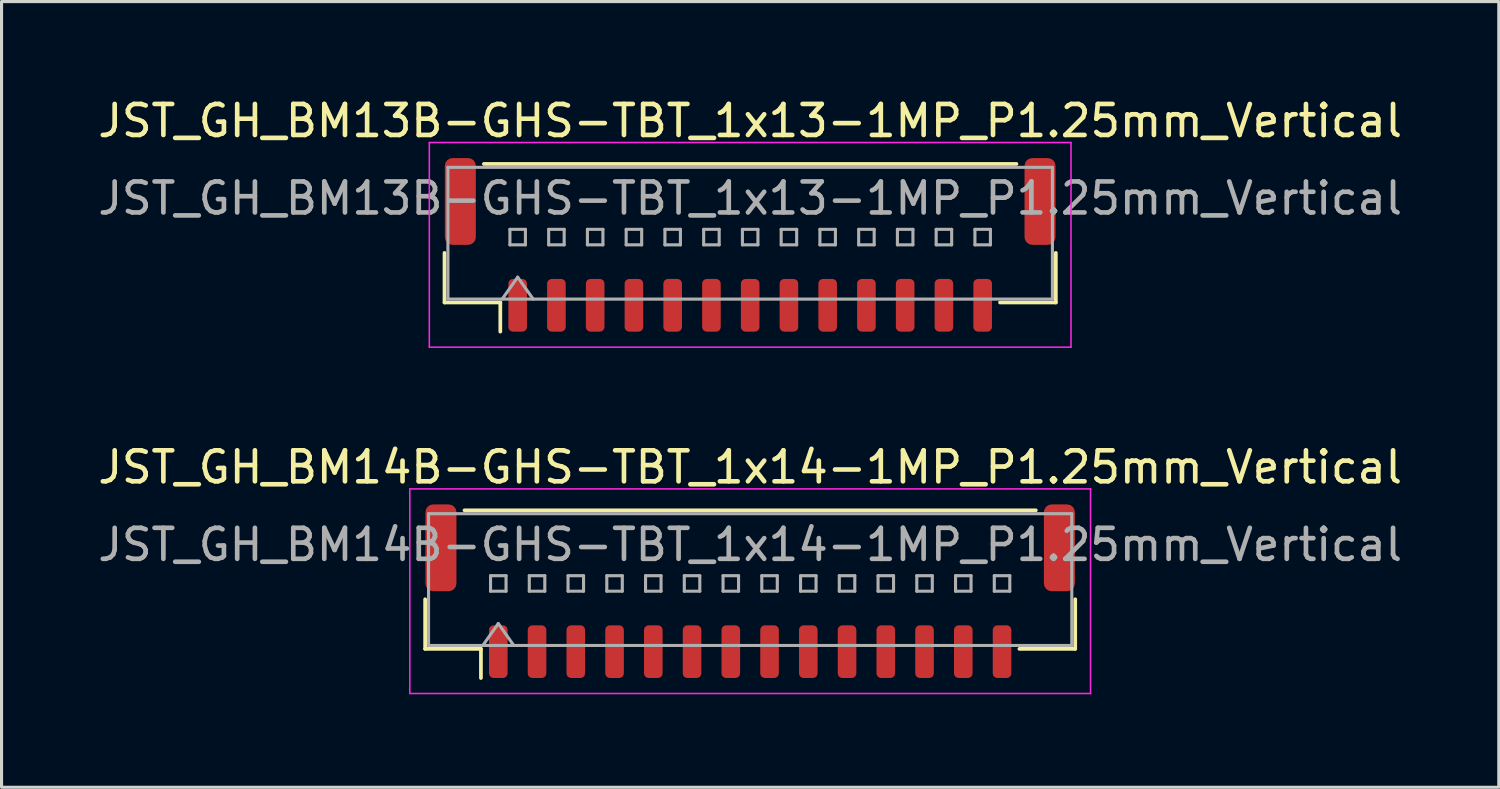
<source format=kicad_pcb>
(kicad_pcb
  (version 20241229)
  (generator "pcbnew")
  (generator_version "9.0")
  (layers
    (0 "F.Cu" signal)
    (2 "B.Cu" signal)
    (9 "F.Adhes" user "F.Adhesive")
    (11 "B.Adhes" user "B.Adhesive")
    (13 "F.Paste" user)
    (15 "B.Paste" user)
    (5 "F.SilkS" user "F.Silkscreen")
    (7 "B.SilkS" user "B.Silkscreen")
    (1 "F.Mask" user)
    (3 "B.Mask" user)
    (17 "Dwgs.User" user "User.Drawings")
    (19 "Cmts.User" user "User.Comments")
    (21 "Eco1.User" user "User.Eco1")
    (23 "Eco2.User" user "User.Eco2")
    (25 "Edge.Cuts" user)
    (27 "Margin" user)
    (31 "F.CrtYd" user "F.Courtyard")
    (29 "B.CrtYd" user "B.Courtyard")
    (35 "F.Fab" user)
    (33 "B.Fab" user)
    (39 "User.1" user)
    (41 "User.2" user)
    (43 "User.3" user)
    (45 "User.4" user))
  (footprint "JST_GH_BM13B-GHS-TBT_1x13-1MP_P1.25mm_Vertical"
    (layer "F.Cu")
    (at 21.149 4.848)
    (property "Reference" "JST_GH_BM13B-GHS-TBT_1x13-1MP_P1.25mm_Vertical" (at 0 -4 0) (layer "F.SilkS") (effects (font (size 1 1) (thickness 0.15))))
    (attr smd)
    (fp_line (start -9.86 0.26) (end -9.86 1.86) (stroke (width 0.12) (type solid)) (layer "F.SilkS"))
    (fp_line (start -9.86 1.86) (end -8.06 1.86) (stroke (width 0.12) (type solid)) (layer "F.SilkS"))
    (fp_line (start -8.59 -2.61) (end 8.59 -2.61) (stroke (width 0.12) (type solid)) (layer "F.SilkS"))
    (fp_line (start -8.06 1.86) (end -8.06 2.8) (stroke (width 0.12) (type solid)) (layer "F.SilkS"))
    (fp_line (start 9.86 0.26) (end 9.86 1.86) (stroke (width 0.12) (type solid)) (layer "F.SilkS"))
    (fp_line (start 9.86 1.86) (end 8.06 1.86) (stroke (width 0.12) (type solid)) (layer "F.SilkS"))
    (fp_line (start -10.35 -3.3) (end -10.35 3.3) (stroke (width 0.05) (type solid)) (layer "F.CrtYd"))
    (fp_line (start -10.35 3.3) (end 10.35 3.3) (stroke (width 0.05) (type solid)) (layer "F.CrtYd"))
    (fp_line (start 10.35 -3.3) (end -10.35 -3.3) (stroke (width 0.05) (type solid)) (layer "F.CrtYd"))
    (fp_line (start 10.35 3.3) (end 10.35 -3.3) (stroke (width 0.05) (type solid)) (layer "F.CrtYd"))
    (fp_line (start -9.75 -2.5) (end 9.75 -2.5) (stroke (width 0.1) (type solid)) (layer "F.Fab"))
    (fp_line (start -9.75 1.75) (end -9.75 -2.5) (stroke (width 0.1) (type solid)) (layer "F.Fab"))
    (fp_line (start -9.75 1.75) (end 9.75 1.75) (stroke (width 0.1) (type solid)) (layer "F.Fab"))
    (fp_line (start -8 1.75) (end -7.5 1.043) (stroke (width 0.1) (type solid)) (layer "F.Fab"))
    (fp_line (start -7.75 -0.5) (end -7.75 0) (stroke (width 0.1) (type solid)) (layer "F.Fab"))
    (fp_line (start -7.75 0) (end -7.25 0) (stroke (width 0.1) (type solid)) (layer "F.Fab"))
    (fp_line (start -7.5 1.043) (end -7 1.75) (stroke (width 0.1) (type solid)) (layer "F.Fab"))
    (fp_line (start -7.25 -0.5) (end -7.75 -0.5) (stroke (width 0.1) (type solid)) (layer "F.Fab"))
    (fp_line (start -7.25 0) (end -7.25 -0.5) (stroke (width 0.1) (type solid)) (layer "F.Fab"))
    (fp_line (start -6.5 -0.5) (end -6.5 0) (stroke (width 0.1) (type solid)) (layer "F.Fab"))
    (fp_line (start -6.5 0) (end -6 0) (stroke (width 0.1) (type solid)) (layer "F.Fab"))
    (fp_line (start -6 -0.5) (end -6.5 -0.5) (stroke (width 0.1) (type solid)) (layer "F.Fab"))
    (fp_line (start -6 0) (end -6 -0.5) (stroke (width 0.1) (type solid)) (layer "F.Fab"))
    (fp_line (start -5.25 -0.5) (end -5.25 0) (stroke (width 0.1) (type solid)) (layer "F.Fab"))
    (fp_line (start -5.25 0) (end -4.75 0) (stroke (width 0.1) (type solid)) (layer "F.Fab"))
    (fp_line (start -4.75 -0.5) (end -5.25 -0.5) (stroke (width 0.1) (type solid)) (layer "F.Fab"))
    (fp_line (start -4.75 0) (end -4.75 -0.5) (stroke (width 0.1) (type solid)) (layer "F.Fab"))
    (fp_line (start -4 -0.5) (end -4 0) (stroke (width 0.1) (type solid)) (layer "F.Fab"))
    (fp_line (start -4 0) (end -3.5 0) (stroke (width 0.1) (type solid)) (layer "F.Fab"))
    (fp_line (start -3.5 -0.5) (end -4 -0.5) (stroke (width 0.1) (type solid)) (layer "F.Fab"))
    (fp_line (start -3.5 0) (end -3.5 -0.5) (stroke (width 0.1) (type solid)) (layer "F.Fab"))
    (fp_line (start -2.75 -0.5) (end -2.75 0) (stroke (width 0.1) (type solid)) (layer "F.Fab"))
    (fp_line (start -2.75 0) (end -2.25 0) (stroke (width 0.1) (type solid)) (layer "F.Fab"))
    (fp_line (start -2.25 -0.5) (end -2.75 -0.5) (stroke (width 0.1) (type solid)) (layer "F.Fab"))
    (fp_line (start -2.25 0) (end -2.25 -0.5) (stroke (width 0.1) (type solid)) (layer "F.Fab"))
    (fp_line (start -1.5 -0.5) (end -1.5 0) (stroke (width 0.1) (type solid)) (layer "F.Fab"))
    (fp_line (start -1.5 0) (end -1 0) (stroke (width 0.1) (type solid)) (layer "F.Fab"))
    (fp_line (start -1 -0.5) (end -1.5 -0.5) (stroke (width 0.1) (type solid)) (layer "F.Fab"))
    (fp_line (start -1 0) (end -1 -0.5) (stroke (width 0.1) (type solid)) (layer "F.Fab"))
    (fp_line (start -0.25 -0.5) (end -0.25 0) (stroke (width 0.1) (type solid)) (layer "F.Fab"))
    (fp_line (start -0.25 0) (end 0.25 0) (stroke (width 0.1) (type solid)) (layer "F.Fab"))
    (fp_line (start 0.25 -0.5) (end -0.25 -0.5) (stroke (width 0.1) (type solid)) (layer "F.Fab"))
    (fp_line (start 0.25 0) (end 0.25 -0.5) (stroke (width 0.1) (type solid)) (layer "F.Fab"))
    (fp_line (start 1 -0.5) (end 1 0) (stroke (width 0.1) (type solid)) (layer "F.Fab"))
    (fp_line (start 1 0) (end 1.5 0) (stroke (width 0.1) (type solid)) (layer "F.Fab"))
    (fp_line (start 1.5 -0.5) (end 1 -0.5) (stroke (width 0.1) (type solid)) (layer "F.Fab"))
    (fp_line (start 1.5 0) (end 1.5 -0.5) (stroke (width 0.1) (type solid)) (layer "F.Fab"))
    (fp_line (start 2.25 -0.5) (end 2.25 0) (stroke (width 0.1) (type solid)) (layer "F.Fab"))
    (fp_line (start 2.25 0) (end 2.75 0) (stroke (width 0.1) (type solid)) (layer "F.Fab"))
    (fp_line (start 2.75 -0.5) (end 2.25 -0.5) (stroke (width 0.1) (type solid)) (layer "F.Fab"))
    (fp_line (start 2.75 0) (end 2.75 -0.5) (stroke (width 0.1) (type solid)) (layer "F.Fab"))
    (fp_line (start 3.5 -0.5) (end 3.5 0) (stroke (width 0.1) (type solid)) (layer "F.Fab"))
    (fp_line (start 3.5 0) (end 4 0) (stroke (width 0.1) (type solid)) (layer "F.Fab"))
    (fp_line (start 4 -0.5) (end 3.5 -0.5) (stroke (width 0.1) (type solid)) (layer "F.Fab"))
    (fp_line (start 4 0) (end 4 -0.5) (stroke (width 0.1) (type solid)) (layer "F.Fab"))
    (fp_line (start 4.75 -0.5) (end 4.75 0) (stroke (width 0.1) (type solid)) (layer "F.Fab"))
    (fp_line (start 4.75 0) (end 5.25 0) (stroke (width 0.1) (type solid)) (layer "F.Fab"))
    (fp_line (start 5.25 -0.5) (end 4.75 -0.5) (stroke (width 0.1) (type solid)) (layer "F.Fab"))
    (fp_line (start 5.25 0) (end 5.25 -0.5) (stroke (width 0.1) (type solid)) (layer "F.Fab"))
    (fp_line (start 6 -0.5) (end 6 0) (stroke (width 0.1) (type solid)) (layer "F.Fab"))
    (fp_line (start 6 0) (end 6.5 0) (stroke (width 0.1) (type solid)) (layer "F.Fab"))
    (fp_line (start 6.5 -0.5) (end 6 -0.5) (stroke (width 0.1) (type solid)) (layer "F.Fab"))
    (fp_line (start 6.5 0) (end 6.5 -0.5) (stroke (width 0.1) (type solid)) (layer "F.Fab"))
    (fp_line (start 7.25 -0.5) (end 7.25 0) (stroke (width 0.1) (type solid)) (layer "F.Fab"))
    (fp_line (start 7.25 0) (end 7.75 0) (stroke (width 0.1) (type solid)) (layer "F.Fab"))
    (fp_line (start 7.75 -0.5) (end 7.25 -0.5) (stroke (width 0.1) (type solid)) (layer "F.Fab"))
    (fp_line (start 7.75 0) (end 7.75 -0.5) (stroke (width 0.1) (type solid)) (layer "F.Fab"))
    (fp_line (start 9.75 1.75) (end 9.75 -2.5) (stroke (width 0.1) (type solid)) (layer "F.Fab"))
    (fp_text user "${REFERENCE}" (at 0 -1.5 0) (layer "F.Fab") (effects (font (size 1 1) (thickness 0.15))))
    (pad "1" smd roundrect (at -7.5 1.95) (size 0.6 1.7) (layers "F.Cu" "F.Mask" "F.Paste") (roundrect_rratio 0.25))
    (pad "2" smd roundrect (at -6.25 1.95) (size 0.6 1.7) (layers "F.Cu" "F.Mask" "F.Paste") (roundrect_rratio 0.25))
    (pad "3" smd roundrect (at -5 1.95) (size 0.6 1.7) (layers "F.Cu" "F.Mask" "F.Paste") (roundrect_rratio 0.25))
    (pad "4" smd roundrect (at -3.75 1.95) (size 0.6 1.7) (layers "F.Cu" "F.Mask" "F.Paste") (roundrect_rratio 0.25))
    (pad "5" smd roundrect (at -2.5 1.95) (size 0.6 1.7) (layers "F.Cu" "F.Mask" "F.Paste") (roundrect_rratio 0.25))
    (pad "6" smd roundrect (at -1.25 1.95) (size 0.6 1.7) (layers "F.Cu" "F.Mask" "F.Paste") (roundrect_rratio 0.25))
    (pad "7" smd roundrect (at 0 1.95) (size 0.6 1.7) (layers "F.Cu" "F.Mask" "F.Paste") (roundrect_rratio 0.25))
    (pad "8" smd roundrect (at 1.25 1.95) (size 0.6 1.7) (layers "F.Cu" "F.Mask" "F.Paste") (roundrect_rratio 0.25))
    (pad "9" smd roundrect (at 2.5 1.95) (size 0.6 1.7) (layers "F.Cu" "F.Mask" "F.Paste") (roundrect_rratio 0.25))
    (pad "10" smd roundrect (at 3.75 1.95) (size 0.6 1.7) (layers "F.Cu" "F.Mask" "F.Paste") (roundrect_rratio 0.25))
    (pad "11" smd roundrect (at 5 1.95) (size 0.6 1.7) (layers "F.Cu" "F.Mask" "F.Paste") (roundrect_rratio 0.25))
    (pad "12" smd roundrect (at 6.25 1.95) (size 0.6 1.7) (layers "F.Cu" "F.Mask" "F.Paste") (roundrect_rratio 0.25))
    (pad "13" smd roundrect (at 7.5 1.95) (size 0.6 1.7) (layers "F.Cu" "F.Mask" "F.Paste") (roundrect_rratio 0.25))
    (pad "MP" smd roundrect (at -9.35 -1.4) (size 1 2.8) (layers "F.Cu" "F.Mask" "F.Paste") (roundrect_rratio 0.25))
    (pad "MP" smd roundrect (at 9.35 -1.4) (size 1 2.8) (layers "F.Cu" "F.Mask" "F.Paste") (roundrect_rratio 0.25)))
  (footprint "JST_GH_BM14B-GHS-TBT_1x14-1MP_P1.25mm_Vertical"
    (layer "F.Cu")
    (at 21.149 16.021)
    (property "Reference" "JST_GH_BM14B-GHS-TBT_1x14-1MP_P1.25mm_Vertical" (at 0 -4 0) (layer "F.SilkS") (effects (font (size 1 1) (thickness 0.15))))
    (attr smd)
    (fp_line (start -10.485 0.26) (end -10.485 1.86) (stroke (width 0.12) (type solid)) (layer "F.SilkS"))
    (fp_line (start -10.485 1.86) (end -8.685 1.86) (stroke (width 0.12) (type solid)) (layer "F.SilkS"))
    (fp_line (start -9.215 -2.61) (end 9.215 -2.61) (stroke (width 0.12) (type solid)) (layer "F.SilkS"))
    (fp_line (start -8.685 1.86) (end -8.685 2.8) (stroke (width 0.12) (type solid)) (layer "F.SilkS"))
    (fp_line (start 10.485 0.26) (end 10.485 1.86) (stroke (width 0.12) (type solid)) (layer "F.SilkS"))
    (fp_line (start 10.485 1.86) (end 8.685 1.86) (stroke (width 0.12) (type solid)) (layer "F.SilkS"))
    (fp_line (start -10.98 -3.3) (end -10.98 3.3) (stroke (width 0.05) (type solid)) (layer "F.CrtYd"))
    (fp_line (start -10.98 3.3) (end 10.98 3.3) (stroke (width 0.05) (type solid)) (layer "F.CrtYd"))
    (fp_line (start 10.98 -3.3) (end -10.98 -3.3) (stroke (width 0.05) (type solid)) (layer "F.CrtYd"))
    (fp_line (start 10.98 3.3) (end 10.98 -3.3) (stroke (width 0.05) (type solid)) (layer "F.CrtYd"))
    (fp_line (start -10.375 -2.5) (end 10.375 -2.5) (stroke (width 0.1) (type solid)) (layer "F.Fab"))
    (fp_line (start -10.375 1.75) (end -10.375 -2.5) (stroke (width 0.1) (type solid)) (layer "F.Fab"))
    (fp_line (start -10.375 1.75) (end 10.375 1.75) (stroke (width 0.1) (type solid)) (layer "F.Fab"))
    (fp_line (start -8.625 1.75) (end -8.125 1.043) (stroke (width 0.1) (type solid)) (layer "F.Fab"))
    (fp_line (start -8.375 -0.5) (end -8.375 0) (stroke (width 0.1) (type solid)) (layer "F.Fab"))
    (fp_line (start -8.375 0) (end -7.875 0) (stroke (width 0.1) (type solid)) (layer "F.Fab"))
    (fp_line (start -8.125 1.043) (end -7.625 1.75) (stroke (width 0.1) (type solid)) (layer "F.Fab"))
    (fp_line (start -7.875 -0.5) (end -8.375 -0.5) (stroke (width 0.1) (type solid)) (layer "F.Fab"))
    (fp_line (start -7.875 0) (end -7.875 -0.5) (stroke (width 0.1) (type solid)) (layer "F.Fab"))
    (fp_line (start -7.125 -0.5) (end -7.125 0) (stroke (width 0.1) (type solid)) (layer "F.Fab"))
    (fp_line (start -7.125 0) (end -6.625 0) (stroke (width 0.1) (type solid)) (layer "F.Fab"))
    (fp_line (start -6.625 -0.5) (end -7.125 -0.5) (stroke (width 0.1) (type solid)) (layer "F.Fab"))
    (fp_line (start -6.625 0) (end -6.625 -0.5) (stroke (width 0.1) (type solid)) (layer "F.Fab"))
    (fp_line (start -5.875 -0.5) (end -5.875 0) (stroke (width 0.1) (type solid)) (layer "F.Fab"))
    (fp_line (start -5.875 0) (end -5.375 0) (stroke (width 0.1) (type solid)) (layer "F.Fab"))
    (fp_line (start -5.375 -0.5) (end -5.875 -0.5) (stroke (width 0.1) (type solid)) (layer "F.Fab"))
    (fp_line (start -5.375 0) (end -5.375 -0.5) (stroke (width 0.1) (type solid)) (layer "F.Fab"))
    (fp_line (start -4.625 -0.5) (end -4.625 0) (stroke (width 0.1) (type solid)) (layer "F.Fab"))
    (fp_line (start -4.625 0) (end -4.125 0) (stroke (width 0.1) (type solid)) (layer "F.Fab"))
    (fp_line (start -4.125 -0.5) (end -4.625 -0.5) (stroke (width 0.1) (type solid)) (layer "F.Fab"))
    (fp_line (start -4.125 0) (end -4.125 -0.5) (stroke (width 0.1) (type solid)) (layer "F.Fab"))
    (fp_line (start -3.375 -0.5) (end -3.375 0) (stroke (width 0.1) (type solid)) (layer "F.Fab"))
    (fp_line (start -3.375 0) (end -2.875 0) (stroke (width 0.1) (type solid)) (layer "F.Fab"))
    (fp_line (start -2.875 -0.5) (end -3.375 -0.5) (stroke (width 0.1) (type solid)) (layer "F.Fab"))
    (fp_line (start -2.875 0) (end -2.875 -0.5) (stroke (width 0.1) (type solid)) (layer "F.Fab"))
    (fp_line (start -2.125 -0.5) (end -2.125 0) (stroke (width 0.1) (type solid)) (layer "F.Fab"))
    (fp_line (start -2.125 0) (end -1.625 0) (stroke (width 0.1) (type solid)) (layer "F.Fab"))
    (fp_line (start -1.625 -0.5) (end -2.125 -0.5) (stroke (width 0.1) (type solid)) (layer "F.Fab"))
    (fp_line (start -1.625 0) (end -1.625 -0.5) (stroke (width 0.1) (type solid)) (layer "F.Fab"))
    (fp_line (start -0.875 -0.5) (end -0.875 0) (stroke (width 0.1) (type solid)) (layer "F.Fab"))
    (fp_line (start -0.875 0) (end -0.375 0) (stroke (width 0.1) (type solid)) (layer "F.Fab"))
    (fp_line (start -0.375 -0.5) (end -0.875 -0.5) (stroke (width 0.1) (type solid)) (layer "F.Fab"))
    (fp_line (start -0.375 0) (end -0.375 -0.5) (stroke (width 0.1) (type solid)) (layer "F.Fab"))
    (fp_line (start 0.375 -0.5) (end 0.375 0) (stroke (width 0.1) (type solid)) (layer "F.Fab"))
    (fp_line (start 0.375 0) (end 0.875 0) (stroke (width 0.1) (type solid)) (layer "F.Fab"))
    (fp_line (start 0.875 -0.5) (end 0.375 -0.5) (stroke (width 0.1) (type solid)) (layer "F.Fab"))
    (fp_line (start 0.875 0) (end 0.875 -0.5) (stroke (width 0.1) (type solid)) (layer "F.Fab"))
    (fp_line (start 1.625 -0.5) (end 1.625 0) (stroke (width 0.1) (type solid)) (layer "F.Fab"))
    (fp_line (start 1.625 0) (end 2.125 0) (stroke (width 0.1) (type solid)) (layer "F.Fab"))
    (fp_line (start 2.125 -0.5) (end 1.625 -0.5) (stroke (width 0.1) (type solid)) (layer "F.Fab"))
    (fp_line (start 2.125 0) (end 2.125 -0.5) (stroke (width 0.1) (type solid)) (layer "F.Fab"))
    (fp_line (start 2.875 -0.5) (end 2.875 0) (stroke (width 0.1) (type solid)) (layer "F.Fab"))
    (fp_line (start 2.875 0) (end 3.375 0) (stroke (width 0.1) (type solid)) (layer "F.Fab"))
    (fp_line (start 3.375 -0.5) (end 2.875 -0.5) (stroke (width 0.1) (type solid)) (layer "F.Fab"))
    (fp_line (start 3.375 0) (end 3.375 -0.5) (stroke (width 0.1) (type solid)) (layer "F.Fab"))
    (fp_line (start 4.125 -0.5) (end 4.125 0) (stroke (width 0.1) (type solid)) (layer "F.Fab"))
    (fp_line (start 4.125 0) (end 4.625 0) (stroke (width 0.1) (type solid)) (layer "F.Fab"))
    (fp_line (start 4.625 -0.5) (end 4.125 -0.5) (stroke (width 0.1) (type solid)) (layer "F.Fab"))
    (fp_line (start 4.625 0) (end 4.625 -0.5) (stroke (width 0.1) (type solid)) (layer "F.Fab"))
    (fp_line (start 5.375 -0.5) (end 5.375 0) (stroke (width 0.1) (type solid)) (layer "F.Fab"))
    (fp_line (start 5.375 0) (end 5.875 0) (stroke (width 0.1) (type solid)) (layer "F.Fab"))
    (fp_line (start 5.875 -0.5) (end 5.375 -0.5) (stroke (width 0.1) (type solid)) (layer "F.Fab"))
    (fp_line (start 5.875 0) (end 5.875 -0.5) (stroke (width 0.1) (type solid)) (layer "F.Fab"))
    (fp_line (start 6.625 -0.5) (end 6.625 0) (stroke (width 0.1) (type solid)) (layer "F.Fab"))
    (fp_line (start 6.625 0) (end 7.125 0) (stroke (width 0.1) (type solid)) (layer "F.Fab"))
    (fp_line (start 7.125 -0.5) (end 6.625 -0.5) (stroke (width 0.1) (type solid)) (layer "F.Fab"))
    (fp_line (start 7.125 0) (end 7.125 -0.5) (stroke (width 0.1) (type solid)) (layer "F.Fab"))
    (fp_line (start 7.875 -0.5) (end 7.875 0) (stroke (width 0.1) (type solid)) (layer "F.Fab"))
    (fp_line (start 7.875 0) (end 8.375 0) (stroke (width 0.1) (type solid)) (layer "F.Fab"))
    (fp_line (start 8.375 -0.5) (end 7.875 -0.5) (stroke (width 0.1) (type solid)) (layer "F.Fab"))
    (fp_line (start 8.375 0) (end 8.375 -0.5) (stroke (width 0.1) (type solid)) (layer "F.Fab"))
    (fp_line (start 10.375 1.75) (end 10.375 -2.5) (stroke (width 0.1) (type solid)) (layer "F.Fab"))
    (fp_text user "${REFERENCE}" (at 0 -1.5 0) (layer "F.Fab") (effects (font (size 1 1) (thickness 0.15))))
    (pad "1" smd roundrect (at -8.125 1.95) (size 0.6 1.7) (layers "F.Cu" "F.Mask" "F.Paste") (roundrect_rratio 0.25))
    (pad "2" smd roundrect (at -6.875 1.95) (size 0.6 1.7) (layers "F.Cu" "F.Mask" "F.Paste") (roundrect_rratio 0.25))
    (pad "3" smd roundrect (at -5.625 1.95) (size 0.6 1.7) (layers "F.Cu" "F.Mask" "F.Paste") (roundrect_rratio 0.25))
    (pad "4" smd roundrect (at -4.375 1.95) (size 0.6 1.7) (layers "F.Cu" "F.Mask" "F.Paste") (roundrect_rratio 0.25))
    (pad "5" smd roundrect (at -3.125 1.95) (size 0.6 1.7) (layers "F.Cu" "F.Mask" "F.Paste") (roundrect_rratio 0.25))
    (pad "6" smd roundrect (at -1.875 1.95) (size 0.6 1.7) (layers "F.Cu" "F.Mask" "F.Paste") (roundrect_rratio 0.25))
    (pad "7" smd roundrect (at -0.625 1.95) (size 0.6 1.7) (layers "F.Cu" "F.Mask" "F.Paste") (roundrect_rratio 0.25))
    (pad "8" smd roundrect (at 0.625 1.95) (size 0.6 1.7) (layers "F.Cu" "F.Mask" "F.Paste") (roundrect_rratio 0.25))
    (pad "9" smd roundrect (at 1.875 1.95) (size 0.6 1.7) (layers "F.Cu" "F.Mask" "F.Paste") (roundrect_rratio 0.25))
    (pad "10" smd roundrect (at 3.125 1.95) (size 0.6 1.7) (layers "F.Cu" "F.Mask" "F.Paste") (roundrect_rratio 0.25))
    (pad "11" smd roundrect (at 4.375 1.95) (size 0.6 1.7) (layers "F.Cu" "F.Mask" "F.Paste") (roundrect_rratio 0.25))
    (pad "12" smd roundrect (at 5.625 1.95) (size 0.6 1.7) (layers "F.Cu" "F.Mask" "F.Paste") (roundrect_rratio 0.25))
    (pad "13" smd roundrect (at 6.875 1.95) (size 0.6 1.7) (layers "F.Cu" "F.Mask" "F.Paste") (roundrect_rratio 0.25))
    (pad "14" smd roundrect (at 8.125 1.95) (size 0.6 1.7) (layers "F.Cu" "F.Mask" "F.Paste") (roundrect_rratio 0.25))
    (pad "MP" smd roundrect (at -9.975 -1.4) (size 1 2.8) (layers "F.Cu" "F.Mask" "F.Paste") (roundrect_rratio 0.25))
    (pad "MP" smd roundrect (at 9.975 -1.4) (size 1 2.8) (layers "F.Cu" "F.Mask" "F.Paste") (roundrect_rratio 0.25)))
  (gr_rect
    (start -3 -3)
    (end 45.298 22.346)
    (stroke (width 0.1) (type default))
    (fill no)
    (layer "Edge.Cuts")))
</source>
